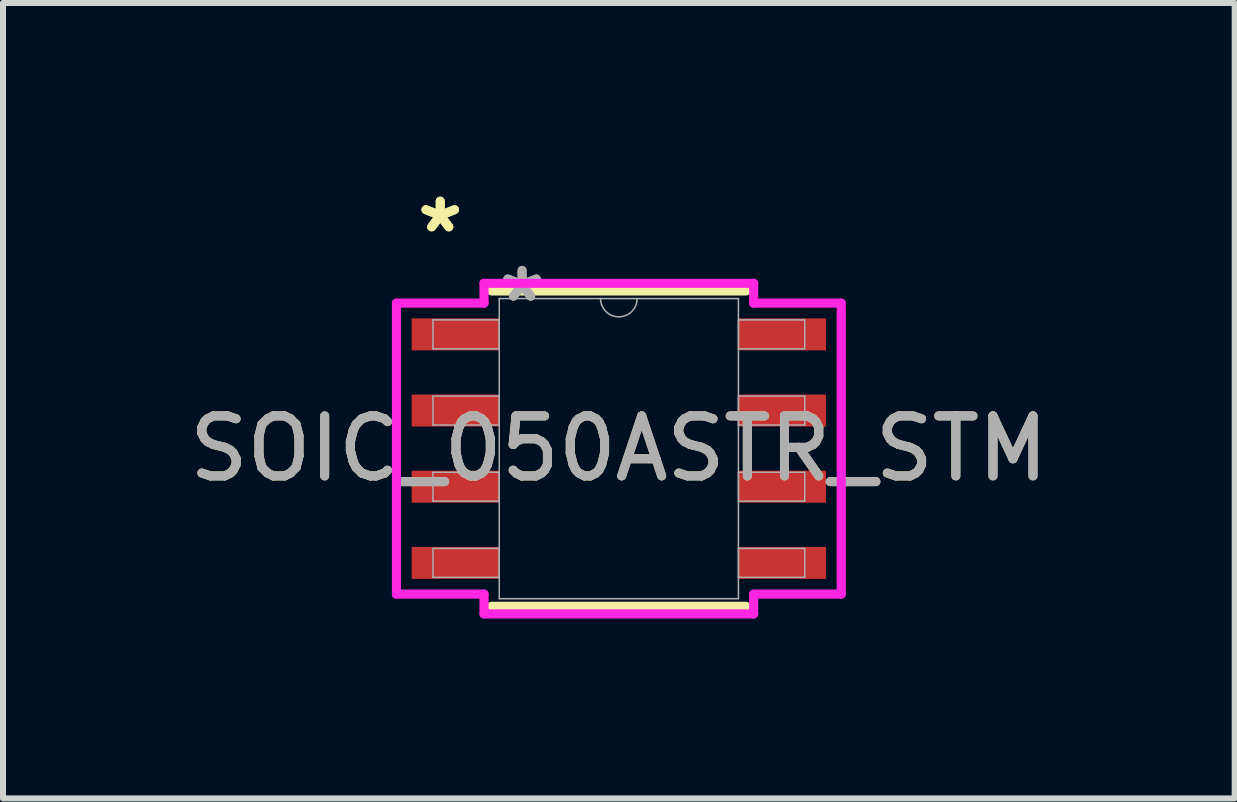
<source format=kicad_pcb>
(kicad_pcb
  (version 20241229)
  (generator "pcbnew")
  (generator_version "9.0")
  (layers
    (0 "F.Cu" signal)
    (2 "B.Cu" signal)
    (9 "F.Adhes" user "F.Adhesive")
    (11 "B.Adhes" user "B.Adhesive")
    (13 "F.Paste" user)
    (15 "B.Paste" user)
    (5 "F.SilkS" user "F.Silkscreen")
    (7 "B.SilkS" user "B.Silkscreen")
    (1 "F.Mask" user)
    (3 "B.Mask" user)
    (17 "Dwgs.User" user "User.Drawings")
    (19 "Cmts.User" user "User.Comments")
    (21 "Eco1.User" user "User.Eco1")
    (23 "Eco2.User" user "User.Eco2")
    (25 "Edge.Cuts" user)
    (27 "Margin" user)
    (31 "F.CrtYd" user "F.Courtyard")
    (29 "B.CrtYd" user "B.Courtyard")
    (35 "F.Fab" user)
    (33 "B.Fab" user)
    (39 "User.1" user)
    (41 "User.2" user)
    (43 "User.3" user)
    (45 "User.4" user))
  (footprint "SOIC_050ASTR_STM"
    (layer "F.Cu")
    (at 7.268 4.43)
    (property "Reference" "SOIC_050ASTR_STM" (at 0 0 0) (unlocked yes) (layer "F.SilkS") (effects (font (size 1 1) (thickness 0.15))))
    (attr smd)
    (fp_line (start -2.121 2.629) (end 2.121 2.629) (stroke (width 0.152) (type solid)) (layer "F.SilkS"))
    (fp_line (start 2.121 -2.629) (end -2.121 -2.629) (stroke (width 0.152) (type solid)) (layer "F.SilkS"))
    (fp_line (start -3.708 -2.426) (end -2.248 -2.426) (stroke (width 0.152) (type solid)) (layer "F.CrtYd"))
    (fp_line (start -3.708 2.426) (end -3.708 -2.426) (stroke (width 0.152) (type solid)) (layer "F.CrtYd"))
    (fp_line (start -3.708 2.426) (end -2.248 2.426) (stroke (width 0.152) (type solid)) (layer "F.CrtYd"))
    (fp_line (start -2.248 -2.756) (end 2.248 -2.756) (stroke (width 0.152) (type solid)) (layer "F.CrtYd"))
    (fp_line (start -2.248 -2.426) (end -2.248 -2.756) (stroke (width 0.152) (type solid)) (layer "F.CrtYd"))
    (fp_line (start -2.248 2.756) (end -2.248 2.426) (stroke (width 0.152) (type solid)) (layer "F.CrtYd"))
    (fp_line (start 2.248 -2.756) (end 2.248 -2.426) (stroke (width 0.152) (type solid)) (layer "F.CrtYd"))
    (fp_line (start 2.248 2.426) (end 2.248 2.756) (stroke (width 0.152) (type solid)) (layer "F.CrtYd"))
    (fp_line (start 2.248 2.756) (end -2.248 2.756) (stroke (width 0.152) (type solid)) (layer "F.CrtYd"))
    (fp_line (start 3.708 -2.426) (end 2.248 -2.426) (stroke (width 0.152) (type solid)) (layer "F.CrtYd"))
    (fp_line (start 3.708 -2.426) (end 3.708 2.426) (stroke (width 0.152) (type solid)) (layer "F.CrtYd"))
    (fp_line (start 3.708 2.426) (end 2.248 2.426) (stroke (width 0.152) (type solid)) (layer "F.CrtYd"))
    (fp_line (start -3.099 -2.146) (end -3.099 -1.664) (stroke (width 0.025) (type solid)) (layer "F.Fab"))
    (fp_line (start -3.099 -1.664) (end -1.994 -1.664) (stroke (width 0.025) (type solid)) (layer "F.Fab"))
    (fp_line (start -3.099 -0.876) (end -3.099 -0.394) (stroke (width 0.025) (type solid)) (layer "F.Fab"))
    (fp_line (start -3.099 -0.394) (end -1.994 -0.394) (stroke (width 0.025) (type solid)) (layer "F.Fab"))
    (fp_line (start -3.099 0.394) (end -3.099 0.876) (stroke (width 0.025) (type solid)) (layer "F.Fab"))
    (fp_line (start -3.099 0.876) (end -1.994 0.876) (stroke (width 0.025) (type solid)) (layer "F.Fab"))
    (fp_line (start -3.099 1.664) (end -3.099 2.146) (stroke (width 0.025) (type solid)) (layer "F.Fab"))
    (fp_line (start -3.099 2.146) (end -1.994 2.146) (stroke (width 0.025) (type solid)) (layer "F.Fab"))
    (fp_line (start -1.994 -2.502) (end -1.994 2.502) (stroke (width 0.025) (type solid)) (layer "F.Fab"))
    (fp_line (start -1.994 -2.146) (end -3.099 -2.146) (stroke (width 0.025) (type solid)) (layer "F.Fab"))
    (fp_line (start -1.994 -1.664) (end -1.994 -2.146) (stroke (width 0.025) (type solid)) (layer "F.Fab"))
    (fp_line (start -1.994 -0.876) (end -3.099 -0.876) (stroke (width 0.025) (type solid)) (layer "F.Fab"))
    (fp_line (start -1.994 -0.394) (end -1.994 -0.876) (stroke (width 0.025) (type solid)) (layer "F.Fab"))
    (fp_line (start -1.994 0.394) (end -3.099 0.394) (stroke (width 0.025) (type solid)) (layer "F.Fab"))
    (fp_line (start -1.994 0.876) (end -1.994 0.394) (stroke (width 0.025) (type solid)) (layer "F.Fab"))
    (fp_line (start -1.994 1.664) (end -3.099 1.664) (stroke (width 0.025) (type solid)) (layer "F.Fab"))
    (fp_line (start -1.994 2.146) (end -1.994 1.664) (stroke (width 0.025) (type solid)) (layer "F.Fab"))
    (fp_line (start -1.994 2.502) (end 1.994 2.502) (stroke (width 0.025) (type solid)) (layer "F.Fab"))
    (fp_line (start 1.994 -2.502) (end -1.994 -2.502) (stroke (width 0.025) (type solid)) (layer "F.Fab"))
    (fp_line (start 1.994 -2.146) (end 1.994 -1.664) (stroke (width 0.025) (type solid)) (layer "F.Fab"))
    (fp_line (start 1.994 -1.664) (end 3.099 -1.664) (stroke (width 0.025) (type solid)) (layer "F.Fab"))
    (fp_line (start 1.994 -0.876) (end 1.994 -0.394) (stroke (width 0.025) (type solid)) (layer "F.Fab"))
    (fp_line (start 1.994 -0.394) (end 3.099 -0.394) (stroke (width 0.025) (type solid)) (layer "F.Fab"))
    (fp_line (start 1.994 0.394) (end 1.994 0.876) (stroke (width 0.025) (type solid)) (layer "F.Fab"))
    (fp_line (start 1.994 0.876) (end 3.099 0.876) (stroke (width 0.025) (type solid)) (layer "F.Fab"))
    (fp_line (start 1.994 1.664) (end 1.994 2.146) (stroke (width 0.025) (type solid)) (layer "F.Fab"))
    (fp_line (start 1.994 2.146) (end 3.099 2.146) (stroke (width 0.025) (type solid)) (layer "F.Fab"))
    (fp_line (start 1.994 2.502) (end 1.994 -2.502) (stroke (width 0.025) (type solid)) (layer "F.Fab"))
    (fp_line (start 3.099 -2.146) (end 1.994 -2.146) (stroke (width 0.025) (type solid)) (layer "F.Fab"))
    (fp_line (start 3.099 -1.664) (end 3.099 -2.146) (stroke (width 0.025) (type solid)) (layer "F.Fab"))
    (fp_line (start 3.099 -0.876) (end 1.994 -0.876) (stroke (width 0.025) (type solid)) (layer "F.Fab"))
    (fp_line (start 3.099 -0.394) (end 3.099 -0.876) (stroke (width 0.025) (type solid)) (layer "F.Fab"))
    (fp_line (start 3.099 0.394) (end 1.994 0.394) (stroke (width 0.025) (type solid)) (layer "F.Fab"))
    (fp_line (start 3.099 0.876) (end 3.099 0.394) (stroke (width 0.025) (type solid)) (layer "F.Fab"))
    (fp_line (start 3.099 1.664) (end 1.994 1.664) (stroke (width 0.025) (type solid)) (layer "F.Fab"))
    (fp_line (start 3.099 2.146) (end 3.099 1.664) (stroke (width 0.025) (type solid)) (layer "F.Fab"))
    (fp_arc (start 0.3048 -2.5019) (mid 0 -2.1971) (end -0.3048 -2.5019) (stroke (width 0.0254) (type solid)) (layer "F.Fab"))
    (fp_text user "*" (at -2.978 -3.581 0) (unlocked yes) (layer "F.SilkS") (effects (font (size 1 1) (thickness 0.15))))
    (fp_text user "*" (at -2.978 -3.581 0) (layer "F.SilkS") (effects (font (size 1 1) (thickness 0.15))))
    (fp_text user "${REFERENCE}" (at 0 0 0) (unlocked yes) (layer "F.Fab") (effects (font (size 1 1) (thickness 0.15))))
    (fp_text user "*" (at -1.613 -2.426 0) (unlocked yes) (layer "F.Fab") (effects (font (size 1 1) (thickness 0.15))))
    (fp_text user "*" (at -1.613 -2.426 0) (layer "F.Fab") (effects (font (size 1 1) (thickness 0.15))))
    (pad "1" smd rect (at -2.724 -1.905) (size 1.46 0.533) (layers "F.Cu" "F.Mask" "F.Paste"))
    (pad "2" smd rect (at -2.724 -0.635) (size 1.46 0.533) (layers "F.Cu" "F.Mask" "F.Paste"))
    (pad "3" smd rect (at -2.724 0.635) (size 1.46 0.533) (layers "F.Cu" "F.Mask" "F.Paste"))
    (pad "4" smd rect (at -2.724 1.905) (size 1.46 0.533) (layers "F.Cu" "F.Mask" "F.Paste"))
    (pad "5" smd rect (at 2.724 1.905) (size 1.46 0.533) (layers "F.Cu" "F.Mask" "F.Paste"))
    (pad "6" smd rect (at 2.724 0.635) (size 1.46 0.533) (layers "F.Cu" "F.Mask" "F.Paste"))
    (pad "7" smd rect (at 2.724 -0.635) (size 1.46 0.533) (layers "F.Cu" "F.Mask" "F.Paste"))
    (pad "8" smd rect (at 2.724 -1.905) (size 1.46 0.533) (layers "F.Cu" "F.Mask" "F.Paste")))
  (gr_rect
    (start -3 -3)
    (end 17.536 10.262)
    (stroke (width 0.1) (type default))
    (fill no)
    (layer "Edge.Cuts")))
</source>
